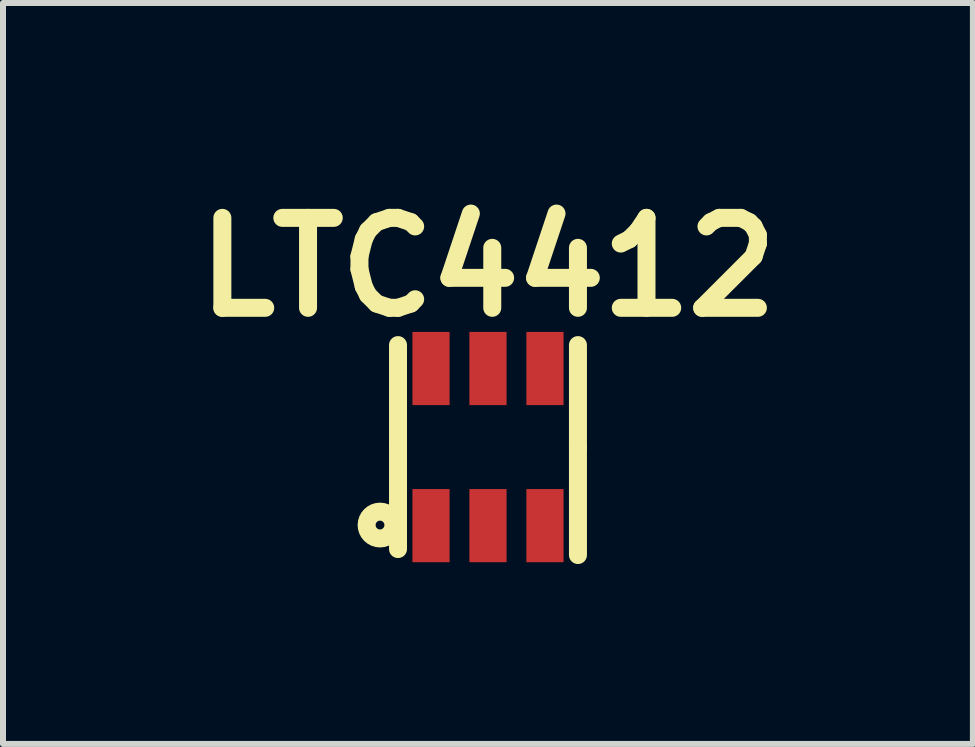
<source format=kicad_pcb>
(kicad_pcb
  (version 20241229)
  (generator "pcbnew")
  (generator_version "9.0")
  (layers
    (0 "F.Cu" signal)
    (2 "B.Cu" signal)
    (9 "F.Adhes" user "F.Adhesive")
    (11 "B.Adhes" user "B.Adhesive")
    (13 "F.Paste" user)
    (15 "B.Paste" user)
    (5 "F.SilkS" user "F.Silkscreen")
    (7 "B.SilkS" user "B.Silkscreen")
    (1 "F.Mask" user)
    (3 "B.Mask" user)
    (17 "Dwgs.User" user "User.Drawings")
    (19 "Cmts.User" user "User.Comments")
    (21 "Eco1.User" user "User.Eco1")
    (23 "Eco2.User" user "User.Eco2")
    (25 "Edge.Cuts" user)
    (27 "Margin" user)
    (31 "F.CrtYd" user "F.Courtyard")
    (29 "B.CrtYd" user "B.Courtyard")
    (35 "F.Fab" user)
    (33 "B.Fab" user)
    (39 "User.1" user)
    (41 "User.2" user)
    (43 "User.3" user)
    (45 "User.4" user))
  (footprint "LTC4412"
    (layer "F.Cu")
    (at 5.086 4.404)
    (property "Reference" "LTC4412" (at 0 -3 0) (layer "F.SilkS") (effects (font (size 1.5 1.5) (thickness 0.3))))
    (attr through_hole)
    (fp_line (start -1.5 0) (end -1.5 -1.7) (stroke (width 0.3) (type solid)) (layer "F.SilkS"))
    (fp_line (start -1.5 0) (end -1.5 1.7) (stroke (width 0.3) (type solid)) (layer "F.SilkS"))
    (fp_line (start 1.5 0) (end 1.5 -1.7) (stroke (width 0.3) (type solid)) (layer "F.SilkS"))
    (fp_line (start 1.5 0) (end 1.5 1.8) (stroke (width 0.3) (type solid)) (layer "F.SilkS"))
    (fp_circle (center -1.8 1.3) (end -1.6 1.4) (stroke (width 0.3) (type solid)) (fill no) (layer "F.SilkS"))
    (pad "1" smd rect (at -0.95 1.31) (size 0.62 1.22) (layers "F.Cu" "F.Mask" "F.Paste"))
    (pad "2" smd rect (at 0 1.31) (size 0.62 1.22) (layers "F.Cu" "F.Mask" "F.Paste"))
    (pad "3" smd rect (at 0.95 1.31) (size 0.62 1.22) (layers "F.Cu" "F.Mask" "F.Paste"))
    (pad "4" smd rect (at 0.95 -1.31) (size 0.62 1.22) (layers "F.Cu" "F.Mask" "F.Paste"))
    (pad "5" smd rect (at 0 -1.31) (size 0.62 1.22) (layers "F.Cu" "F.Mask" "F.Paste"))
    (pad "6" smd rect (at -0.95 -1.31) (size 0.62 1.22) (layers "F.Cu" "F.Mask" "F.Paste")))
  (gr_rect
    (start -3 -3)
    (end 13.171 9.354)
    (stroke (width 0.1) (type default))
    (fill no)
    (layer "Edge.Cuts")))
</source>
